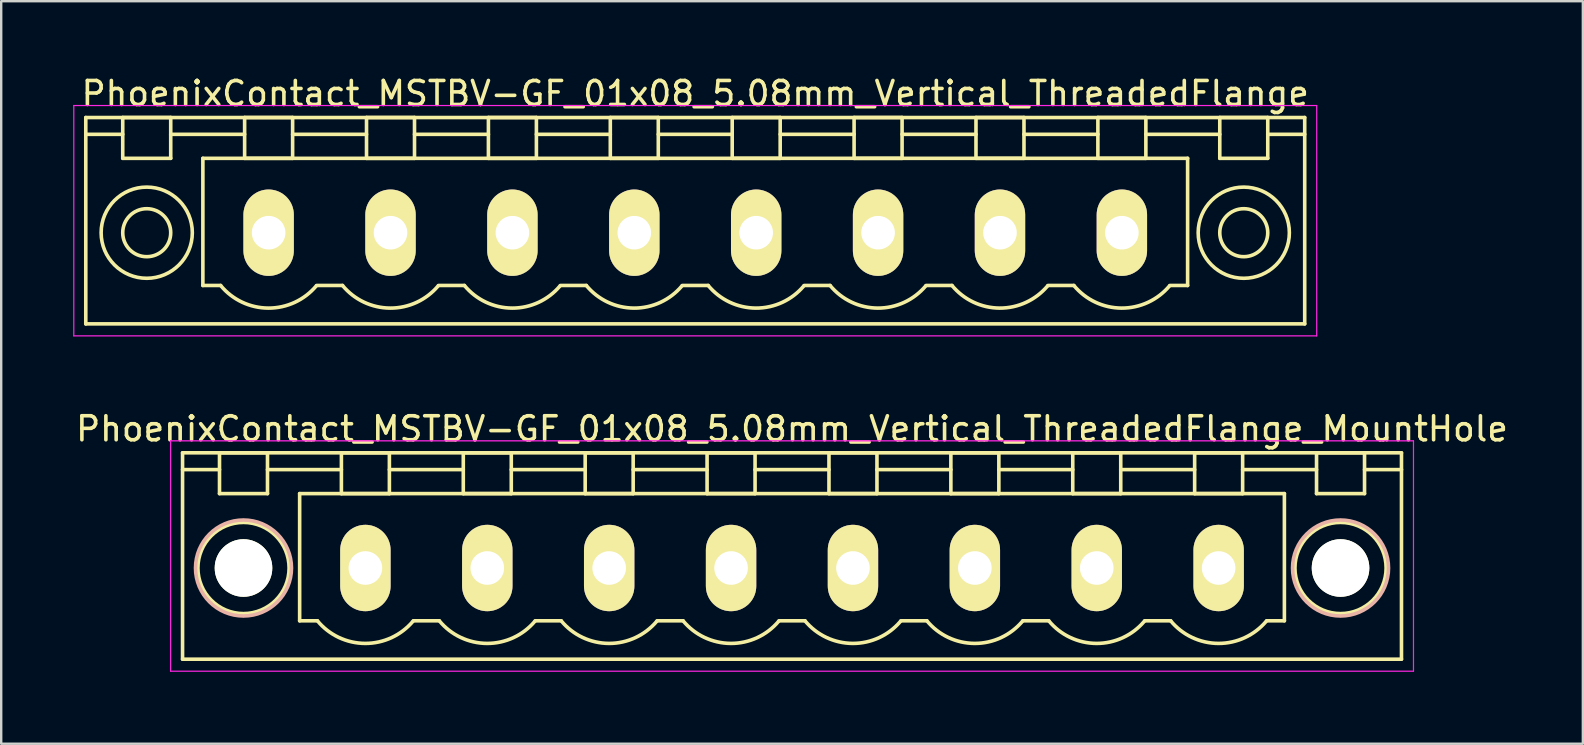
<source format=kicad_pcb>
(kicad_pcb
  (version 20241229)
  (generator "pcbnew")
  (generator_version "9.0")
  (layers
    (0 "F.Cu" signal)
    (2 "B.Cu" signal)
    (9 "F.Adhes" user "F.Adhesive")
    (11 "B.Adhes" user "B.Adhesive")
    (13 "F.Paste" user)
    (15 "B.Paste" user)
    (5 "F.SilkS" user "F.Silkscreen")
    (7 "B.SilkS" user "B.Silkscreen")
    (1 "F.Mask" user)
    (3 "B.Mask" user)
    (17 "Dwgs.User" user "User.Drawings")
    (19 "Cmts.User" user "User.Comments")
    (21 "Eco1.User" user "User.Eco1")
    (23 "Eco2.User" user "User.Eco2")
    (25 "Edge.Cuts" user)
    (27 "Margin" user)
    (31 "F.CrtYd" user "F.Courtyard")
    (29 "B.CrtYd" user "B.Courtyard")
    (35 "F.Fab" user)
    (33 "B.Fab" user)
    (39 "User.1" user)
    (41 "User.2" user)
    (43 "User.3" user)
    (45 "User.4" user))
  (footprint "PhoenixContact_MSTBV-GF_01x08_5.08mm_Vertical_ThreadedFlange"
    (layer "F.Cu")
    (at 8.145 6.648)
    (property "Reference" "PhoenixContact_MSTBV-GF_01x08_5.08mm_Vertical_ThreadedFlange" (at 17.78 -5.8 0) (layer "F.SilkS") (effects (font (size 1 1) (thickness 0.15))))
    (attr through_hole)
    (fp_line (start -7.62 -4.8) (end -7.62 3.8) (stroke (width 0.15) (type solid)) (layer "F.SilkS"))
    (fp_line (start -7.62 -4.1) (end -6.08 -4.1) (stroke (width 0.15) (type solid)) (layer "F.SilkS"))
    (fp_line (start -7.62 3.8) (end 43.18 3.8) (stroke (width 0.15) (type solid)) (layer "F.SilkS"))
    (fp_line (start -6.08 -4.8) (end -4.08 -4.8) (stroke (width 0.15) (type solid)) (layer "F.SilkS"))
    (fp_line (start -6.08 -3.1) (end -6.08 -4.8) (stroke (width 0.15) (type solid)) (layer "F.SilkS"))
    (fp_line (start -4.08 -4.8) (end -4.08 -3.1) (stroke (width 0.15) (type solid)) (layer "F.SilkS"))
    (fp_line (start -4.08 -4.1) (end -1 -4.1) (stroke (width 0.15) (type solid)) (layer "F.SilkS"))
    (fp_line (start -4.08 -3.1) (end -6.08 -3.1) (stroke (width 0.15) (type solid)) (layer "F.SilkS"))
    (fp_line (start -2.74 -3.1) (end 38.3 -3.1) (stroke (width 0.15) (type solid)) (layer "F.SilkS"))
    (fp_line (start -2.74 2.2) (end -2.74 -3.1) (stroke (width 0.15) (type solid)) (layer "F.SilkS"))
    (fp_line (start -2 2.2) (end -2.74 2.2) (stroke (width 0.15) (type solid)) (layer "F.SilkS"))
    (fp_line (start -1 -4.8) (end 1 -4.8) (stroke (width 0.15) (type solid)) (layer "F.SilkS"))
    (fp_line (start -1 -3.1) (end -1 -4.8) (stroke (width 0.15) (type solid)) (layer "F.SilkS"))
    (fp_line (start 1 -4.8) (end 1 -3.1) (stroke (width 0.15) (type solid)) (layer "F.SilkS"))
    (fp_line (start 1 -4.1) (end 4.08 -4.1) (stroke (width 0.15) (type solid)) (layer "F.SilkS"))
    (fp_line (start 1 -3.1) (end -1 -3.1) (stroke (width 0.15) (type solid)) (layer "F.SilkS"))
    (fp_line (start 2 2.2) (end 3.08 2.2) (stroke (width 0.15) (type solid)) (layer "F.SilkS"))
    (fp_line (start 4.08 -4.8) (end 6.08 -4.8) (stroke (width 0.15) (type solid)) (layer "F.SilkS"))
    (fp_line (start 4.08 -3.1) (end 4.08 -4.8) (stroke (width 0.15) (type solid)) (layer "F.SilkS"))
    (fp_line (start 6.08 -4.8) (end 6.08 -3.1) (stroke (width 0.15) (type solid)) (layer "F.SilkS"))
    (fp_line (start 6.08 -4.1) (end 9.16 -4.1) (stroke (width 0.15) (type solid)) (layer "F.SilkS"))
    (fp_line (start 6.08 -3.1) (end 4.08 -3.1) (stroke (width 0.15) (type solid)) (layer "F.SilkS"))
    (fp_line (start 7.08 2.2) (end 8.16 2.2) (stroke (width 0.15) (type solid)) (layer "F.SilkS"))
    (fp_line (start 9.16 -4.8) (end 11.16 -4.8) (stroke (width 0.15) (type solid)) (layer "F.SilkS"))
    (fp_line (start 9.16 -3.1) (end 9.16 -4.8) (stroke (width 0.15) (type solid)) (layer "F.SilkS"))
    (fp_line (start 11.16 -4.8) (end 11.16 -3.1) (stroke (width 0.15) (type solid)) (layer "F.SilkS"))
    (fp_line (start 11.16 -4.1) (end 14.24 -4.1) (stroke (width 0.15) (type solid)) (layer "F.SilkS"))
    (fp_line (start 11.16 -3.1) (end 9.16 -3.1) (stroke (width 0.15) (type solid)) (layer "F.SilkS"))
    (fp_line (start 12.16 2.2) (end 13.24 2.2) (stroke (width 0.15) (type solid)) (layer "F.SilkS"))
    (fp_line (start 14.24 -4.8) (end 16.24 -4.8) (stroke (width 0.15) (type solid)) (layer "F.SilkS"))
    (fp_line (start 14.24 -3.1) (end 14.24 -4.8) (stroke (width 0.15) (type solid)) (layer "F.SilkS"))
    (fp_line (start 16.24 -4.8) (end 16.24 -3.1) (stroke (width 0.15) (type solid)) (layer "F.SilkS"))
    (fp_line (start 16.24 -4.1) (end 19.32 -4.1) (stroke (width 0.15) (type solid)) (layer "F.SilkS"))
    (fp_line (start 16.24 -3.1) (end 14.24 -3.1) (stroke (width 0.15) (type solid)) (layer "F.SilkS"))
    (fp_line (start 17.24 2.2) (end 18.32 2.2) (stroke (width 0.15) (type solid)) (layer "F.SilkS"))
    (fp_line (start 19.32 -4.8) (end 21.32 -4.8) (stroke (width 0.15) (type solid)) (layer "F.SilkS"))
    (fp_line (start 19.32 -3.1) (end 19.32 -4.8) (stroke (width 0.15) (type solid)) (layer "F.SilkS"))
    (fp_line (start 21.32 -4.8) (end 21.32 -3.1) (stroke (width 0.15) (type solid)) (layer "F.SilkS"))
    (fp_line (start 21.32 -4.1) (end 24.4 -4.1) (stroke (width 0.15) (type solid)) (layer "F.SilkS"))
    (fp_line (start 21.32 -3.1) (end 19.32 -3.1) (stroke (width 0.15) (type solid)) (layer "F.SilkS"))
    (fp_line (start 22.32 2.2) (end 23.4 2.2) (stroke (width 0.15) (type solid)) (layer "F.SilkS"))
    (fp_line (start 24.4 -4.8) (end 26.4 -4.8) (stroke (width 0.15) (type solid)) (layer "F.SilkS"))
    (fp_line (start 24.4 -3.1) (end 24.4 -4.8) (stroke (width 0.15) (type solid)) (layer "F.SilkS"))
    (fp_line (start 26.4 -4.8) (end 26.4 -3.1) (stroke (width 0.15) (type solid)) (layer "F.SilkS"))
    (fp_line (start 26.4 -4.1) (end 29.48 -4.1) (stroke (width 0.15) (type solid)) (layer "F.SilkS"))
    (fp_line (start 26.4 -3.1) (end 24.4 -3.1) (stroke (width 0.15) (type solid)) (layer "F.SilkS"))
    (fp_line (start 27.4 2.2) (end 28.48 2.2) (stroke (width 0.15) (type solid)) (layer "F.SilkS"))
    (fp_line (start 29.48 -4.8) (end 31.48 -4.8) (stroke (width 0.15) (type solid)) (layer "F.SilkS"))
    (fp_line (start 29.48 -3.1) (end 29.48 -4.8) (stroke (width 0.15) (type solid)) (layer "F.SilkS"))
    (fp_line (start 31.48 -4.8) (end 31.48 -3.1) (stroke (width 0.15) (type solid)) (layer "F.SilkS"))
    (fp_line (start 31.48 -4.1) (end 34.56 -4.1) (stroke (width 0.15) (type solid)) (layer "F.SilkS"))
    (fp_line (start 31.48 -3.1) (end 29.48 -3.1) (stroke (width 0.15) (type solid)) (layer "F.SilkS"))
    (fp_line (start 32.48 2.2) (end 33.56 2.2) (stroke (width 0.15) (type solid)) (layer "F.SilkS"))
    (fp_line (start 34.56 -4.8) (end 36.56 -4.8) (stroke (width 0.15) (type solid)) (layer "F.SilkS"))
    (fp_line (start 34.56 -3.1) (end 34.56 -4.8) (stroke (width 0.15) (type solid)) (layer "F.SilkS"))
    (fp_line (start 36.56 -4.8) (end 36.56 -3.1) (stroke (width 0.15) (type solid)) (layer "F.SilkS"))
    (fp_line (start 36.56 -4.1) (end 39.64 -4.1) (stroke (width 0.15) (type solid)) (layer "F.SilkS"))
    (fp_line (start 36.56 -3.1) (end 34.56 -3.1) (stroke (width 0.15) (type solid)) (layer "F.SilkS"))
    (fp_line (start 38.3 -3.1) (end 38.3 2.2) (stroke (width 0.15) (type solid)) (layer "F.SilkS"))
    (fp_line (start 38.3 2.2) (end 37.56 2.2) (stroke (width 0.15) (type solid)) (layer "F.SilkS"))
    (fp_line (start 39.64 -4.8) (end 41.64 -4.8) (stroke (width 0.15) (type solid)) (layer "F.SilkS"))
    (fp_line (start 39.64 -3.1) (end 39.64 -4.8) (stroke (width 0.15) (type solid)) (layer "F.SilkS"))
    (fp_line (start 41.64 -4.8) (end 41.64 -3.1) (stroke (width 0.15) (type solid)) (layer "F.SilkS"))
    (fp_line (start 41.64 -3.1) (end 39.64 -3.1) (stroke (width 0.15) (type solid)) (layer "F.SilkS"))
    (fp_line (start 43.18 -4.8) (end -7.62 -4.8) (stroke (width 0.15) (type solid)) (layer "F.SilkS"))
    (fp_line (start 43.18 -4.1) (end 41.64 -4.1) (stroke (width 0.15) (type solid)) (layer "F.SilkS"))
    (fp_line (start 43.18 3.8) (end 43.18 -4.8) (stroke (width 0.15) (type solid)) (layer "F.SilkS"))
    (fp_arc (start 1.986842 2.215821) (mid -0.010289 3.142758) (end -2 2.2) (stroke (width 0.15) (type solid)) (layer "F.SilkS"))
    (fp_arc (start 7.066842 2.215821) (mid 5.069711 3.142758) (end 3.08 2.2) (stroke (width 0.15) (type solid)) (layer "F.SilkS"))
    (fp_arc (start 12.146842 2.215821) (mid 10.149711 3.142758) (end 8.16 2.2) (stroke (width 0.15) (type solid)) (layer "F.SilkS"))
    (fp_arc (start 17.226842 2.215821) (mid 15.229711 3.142758) (end 13.24 2.2) (stroke (width 0.15) (type solid)) (layer "F.SilkS"))
    (fp_arc (start 22.306842 2.215821) (mid 20.309711 3.142758) (end 18.32 2.2) (stroke (width 0.15) (type solid)) (layer "F.SilkS"))
    (fp_arc (start 27.386842 2.215821) (mid 25.389711 3.142758) (end 23.4 2.2) (stroke (width 0.15) (type solid)) (layer "F.SilkS"))
    (fp_arc (start 32.466842 2.215821) (mid 30.469711 3.142758) (end 28.48 2.2) (stroke (width 0.15) (type solid)) (layer "F.SilkS"))
    (fp_arc (start 37.546842 2.215821) (mid 35.549711 3.142758) (end 33.56 2.2) (stroke (width 0.15) (type solid)) (layer "F.SilkS"))
    (fp_circle (center -5.08 0) (end -4.08 0) (stroke (width 0.15) (type solid)) (fill no) (layer "F.SilkS"))
    (fp_circle (center -5.08 0) (end -3.18 0) (stroke (width 0.15) (type solid)) (fill no) (layer "F.SilkS"))
    (fp_circle (center 40.64 0) (end 41.64 0) (stroke (width 0.15) (type solid)) (fill no) (layer "F.SilkS"))
    (fp_circle (center 40.64 0) (end 42.54 0) (stroke (width 0.15) (type solid)) (fill no) (layer "F.SilkS"))
    (fp_line (start -8.12 -5.3) (end -8.12 4.3) (stroke (width 0.05) (type solid)) (layer "F.CrtYd"))
    (fp_line (start -8.12 4.3) (end 43.68 4.3) (stroke (width 0.05) (type solid)) (layer "F.CrtYd"))
    (fp_line (start 43.68 -5.3) (end -8.12 -5.3) (stroke (width 0.05) (type solid)) (layer "F.CrtYd"))
    (fp_line (start 43.68 4.3) (end 43.68 -5.3) (stroke (width 0.05) (type solid)) (layer "F.CrtYd"))
    (pad "1" thru_hole oval (at 0 0) (size 2.1 3.6) (drill 1.4) (layers "*.Cu" "*.Mask" "F.SilkS"))
    (pad "2" thru_hole oval (at 5.08 0) (size 2.1 3.6) (drill 1.4) (layers "*.Cu" "*.Mask" "F.SilkS"))
    (pad "3" thru_hole oval (at 10.16 0) (size 2.1 3.6) (drill 1.4) (layers "*.Cu" "*.Mask" "F.SilkS"))
    (pad "4" thru_hole oval (at 15.24 0) (size 2.1 3.6) (drill 1.4) (layers "*.Cu" "*.Mask" "F.SilkS"))
    (pad "5" thru_hole oval (at 20.32 0) (size 2.1 3.6) (drill 1.4) (layers "*.Cu" "*.Mask" "F.SilkS"))
    (pad "6" thru_hole oval (at 25.4 0) (size 2.1 3.6) (drill 1.4) (layers "*.Cu" "*.Mask" "F.SilkS"))
    (pad "7" thru_hole oval (at 30.48 0) (size 2.1 3.6) (drill 1.4) (layers "*.Cu" "*.Mask" "F.SilkS"))
    (pad "8" thru_hole oval (at 35.56 0) (size 2.1 3.6) (drill 1.4) (layers "*.Cu" "*.Mask" "F.SilkS")))
  (footprint "PhoenixContact_MSTBV-GF_01x08_5.08mm_Vertical_ThreadedFlange_MountHole"
    (layer "F.Cu")
    (at 12.178 20.622)
    (property "Reference" "PhoenixContact_MSTBV-GF_01x08_5.08mm_Vertical_ThreadedFlange_MountHole" (at 17.78 -5.8 0) (layer "F.SilkS") (effects (font (size 1 1) (thickness 0.15))))
    (attr through_hole)
    (fp_line (start -7.62 -4.8) (end -7.62 3.8) (stroke (width 0.15) (type solid)) (layer "F.SilkS"))
    (fp_line (start -7.62 -4.1) (end -6.08 -4.1) (stroke (width 0.15) (type solid)) (layer "F.SilkS"))
    (fp_line (start -7.62 3.8) (end 43.18 3.8) (stroke (width 0.15) (type solid)) (layer "F.SilkS"))
    (fp_line (start -6.08 -4.8) (end -4.08 -4.8) (stroke (width 0.15) (type solid)) (layer "F.SilkS"))
    (fp_line (start -6.08 -3.1) (end -6.08 -4.8) (stroke (width 0.15) (type solid)) (layer "F.SilkS"))
    (fp_line (start -4.08 -4.8) (end -4.08 -3.1) (stroke (width 0.15) (type solid)) (layer "F.SilkS"))
    (fp_line (start -4.08 -4.1) (end -1 -4.1) (stroke (width 0.15) (type solid)) (layer "F.SilkS"))
    (fp_line (start -4.08 -3.1) (end -6.08 -3.1) (stroke (width 0.15) (type solid)) (layer "F.SilkS"))
    (fp_line (start -2.74 -3.1) (end 38.3 -3.1) (stroke (width 0.15) (type solid)) (layer "F.SilkS"))
    (fp_line (start -2.74 2.2) (end -2.74 -3.1) (stroke (width 0.15) (type solid)) (layer "F.SilkS"))
    (fp_line (start -2 2.2) (end -2.74 2.2) (stroke (width 0.15) (type solid)) (layer "F.SilkS"))
    (fp_line (start -1 -4.8) (end 1 -4.8) (stroke (width 0.15) (type solid)) (layer "F.SilkS"))
    (fp_line (start -1 -3.1) (end -1 -4.8) (stroke (width 0.15) (type solid)) (layer "F.SilkS"))
    (fp_line (start 1 -4.8) (end 1 -3.1) (stroke (width 0.15) (type solid)) (layer "F.SilkS"))
    (fp_line (start 1 -4.1) (end 4.08 -4.1) (stroke (width 0.15) (type solid)) (layer "F.SilkS"))
    (fp_line (start 1 -3.1) (end -1 -3.1) (stroke (width 0.15) (type solid)) (layer "F.SilkS"))
    (fp_line (start 2 2.2) (end 3.08 2.2) (stroke (width 0.15) (type solid)) (layer "F.SilkS"))
    (fp_line (start 4.08 -4.8) (end 6.08 -4.8) (stroke (width 0.15) (type solid)) (layer "F.SilkS"))
    (fp_line (start 4.08 -3.1) (end 4.08 -4.8) (stroke (width 0.15) (type solid)) (layer "F.SilkS"))
    (fp_line (start 6.08 -4.8) (end 6.08 -3.1) (stroke (width 0.15) (type solid)) (layer "F.SilkS"))
    (fp_line (start 6.08 -4.1) (end 9.16 -4.1) (stroke (width 0.15) (type solid)) (layer "F.SilkS"))
    (fp_line (start 6.08 -3.1) (end 4.08 -3.1) (stroke (width 0.15) (type solid)) (layer "F.SilkS"))
    (fp_line (start 7.08 2.2) (end 8.16 2.2) (stroke (width 0.15) (type solid)) (layer "F.SilkS"))
    (fp_line (start 9.16 -4.8) (end 11.16 -4.8) (stroke (width 0.15) (type solid)) (layer "F.SilkS"))
    (fp_line (start 9.16 -3.1) (end 9.16 -4.8) (stroke (width 0.15) (type solid)) (layer "F.SilkS"))
    (fp_line (start 11.16 -4.8) (end 11.16 -3.1) (stroke (width 0.15) (type solid)) (layer "F.SilkS"))
    (fp_line (start 11.16 -4.1) (end 14.24 -4.1) (stroke (width 0.15) (type solid)) (layer "F.SilkS"))
    (fp_line (start 11.16 -3.1) (end 9.16 -3.1) (stroke (width 0.15) (type solid)) (layer "F.SilkS"))
    (fp_line (start 12.16 2.2) (end 13.24 2.2) (stroke (width 0.15) (type solid)) (layer "F.SilkS"))
    (fp_line (start 14.24 -4.8) (end 16.24 -4.8) (stroke (width 0.15) (type solid)) (layer "F.SilkS"))
    (fp_line (start 14.24 -3.1) (end 14.24 -4.8) (stroke (width 0.15) (type solid)) (layer "F.SilkS"))
    (fp_line (start 16.24 -4.8) (end 16.24 -3.1) (stroke (width 0.15) (type solid)) (layer "F.SilkS"))
    (fp_line (start 16.24 -4.1) (end 19.32 -4.1) (stroke (width 0.15) (type solid)) (layer "F.SilkS"))
    (fp_line (start 16.24 -3.1) (end 14.24 -3.1) (stroke (width 0.15) (type solid)) (layer "F.SilkS"))
    (fp_line (start 17.24 2.2) (end 18.32 2.2) (stroke (width 0.15) (type solid)) (layer "F.SilkS"))
    (fp_line (start 19.32 -4.8) (end 21.32 -4.8) (stroke (width 0.15) (type solid)) (layer "F.SilkS"))
    (fp_line (start 19.32 -3.1) (end 19.32 -4.8) (stroke (width 0.15) (type solid)) (layer "F.SilkS"))
    (fp_line (start 21.32 -4.8) (end 21.32 -3.1) (stroke (width 0.15) (type solid)) (layer "F.SilkS"))
    (fp_line (start 21.32 -4.1) (end 24.4 -4.1) (stroke (width 0.15) (type solid)) (layer "F.SilkS"))
    (fp_line (start 21.32 -3.1) (end 19.32 -3.1) (stroke (width 0.15) (type solid)) (layer "F.SilkS"))
    (fp_line (start 22.32 2.2) (end 23.4 2.2) (stroke (width 0.15) (type solid)) (layer "F.SilkS"))
    (fp_line (start 24.4 -4.8) (end 26.4 -4.8) (stroke (width 0.15) (type solid)) (layer "F.SilkS"))
    (fp_line (start 24.4 -3.1) (end 24.4 -4.8) (stroke (width 0.15) (type solid)) (layer "F.SilkS"))
    (fp_line (start 26.4 -4.8) (end 26.4 -3.1) (stroke (width 0.15) (type solid)) (layer "F.SilkS"))
    (fp_line (start 26.4 -4.1) (end 29.48 -4.1) (stroke (width 0.15) (type solid)) (layer "F.SilkS"))
    (fp_line (start 26.4 -3.1) (end 24.4 -3.1) (stroke (width 0.15) (type solid)) (layer "F.SilkS"))
    (fp_line (start 27.4 2.2) (end 28.48 2.2) (stroke (width 0.15) (type solid)) (layer "F.SilkS"))
    (fp_line (start 29.48 -4.8) (end 31.48 -4.8) (stroke (width 0.15) (type solid)) (layer "F.SilkS"))
    (fp_line (start 29.48 -3.1) (end 29.48 -4.8) (stroke (width 0.15) (type solid)) (layer "F.SilkS"))
    (fp_line (start 31.48 -4.8) (end 31.48 -3.1) (stroke (width 0.15) (type solid)) (layer "F.SilkS"))
    (fp_line (start 31.48 -4.1) (end 34.56 -4.1) (stroke (width 0.15) (type solid)) (layer "F.SilkS"))
    (fp_line (start 31.48 -3.1) (end 29.48 -3.1) (stroke (width 0.15) (type solid)) (layer "F.SilkS"))
    (fp_line (start 32.48 2.2) (end 33.56 2.2) (stroke (width 0.15) (type solid)) (layer "F.SilkS"))
    (fp_line (start 34.56 -4.8) (end 36.56 -4.8) (stroke (width 0.15) (type solid)) (layer "F.SilkS"))
    (fp_line (start 34.56 -3.1) (end 34.56 -4.8) (stroke (width 0.15) (type solid)) (layer "F.SilkS"))
    (fp_line (start 36.56 -4.8) (end 36.56 -3.1) (stroke (width 0.15) (type solid)) (layer "F.SilkS"))
    (fp_line (start 36.56 -4.1) (end 39.64 -4.1) (stroke (width 0.15) (type solid)) (layer "F.SilkS"))
    (fp_line (start 36.56 -3.1) (end 34.56 -3.1) (stroke (width 0.15) (type solid)) (layer "F.SilkS"))
    (fp_line (start 38.3 -3.1) (end 38.3 2.2) (stroke (width 0.15) (type solid)) (layer "F.SilkS"))
    (fp_line (start 38.3 2.2) (end 37.56 2.2) (stroke (width 0.15) (type solid)) (layer "F.SilkS"))
    (fp_line (start 39.64 -4.8) (end 41.64 -4.8) (stroke (width 0.15) (type solid)) (layer "F.SilkS"))
    (fp_line (start 39.64 -3.1) (end 39.64 -4.8) (stroke (width 0.15) (type solid)) (layer "F.SilkS"))
    (fp_line (start 41.64 -4.8) (end 41.64 -3.1) (stroke (width 0.15) (type solid)) (layer "F.SilkS"))
    (fp_line (start 41.64 -3.1) (end 39.64 -3.1) (stroke (width 0.15) (type solid)) (layer "F.SilkS"))
    (fp_line (start 43.18 -4.8) (end -7.62 -4.8) (stroke (width 0.15) (type solid)) (layer "F.SilkS"))
    (fp_line (start 43.18 -4.1) (end 41.64 -4.1) (stroke (width 0.15) (type solid)) (layer "F.SilkS"))
    (fp_line (start 43.18 3.8) (end 43.18 -4.8) (stroke (width 0.15) (type solid)) (layer "F.SilkS"))
    (fp_arc (start 1.986842 2.215821) (mid -0.010289 3.142758) (end -2 2.2) (stroke (width 0.15) (type solid)) (layer "F.SilkS"))
    (fp_arc (start 7.066842 2.215821) (mid 5.069711 3.142758) (end 3.08 2.2) (stroke (width 0.15) (type solid)) (layer "F.SilkS"))
    (fp_arc (start 12.146842 2.215821) (mid 10.149711 3.142758) (end 8.16 2.2) (stroke (width 0.15) (type solid)) (layer "F.SilkS"))
    (fp_arc (start 17.226842 2.215821) (mid 15.229711 3.142758) (end 13.24 2.2) (stroke (width 0.15) (type solid)) (layer "F.SilkS"))
    (fp_arc (start 22.306842 2.215821) (mid 20.309711 3.142758) (end 18.32 2.2) (stroke (width 0.15) (type solid)) (layer "F.SilkS"))
    (fp_arc (start 27.386842 2.215821) (mid 25.389711 3.142758) (end 23.4 2.2) (stroke (width 0.15) (type solid)) (layer "F.SilkS"))
    (fp_arc (start 32.466842 2.215821) (mid 30.469711 3.142758) (end 28.48 2.2) (stroke (width 0.15) (type solid)) (layer "F.SilkS"))
    (fp_arc (start 37.546842 2.215821) (mid 35.549711 3.142758) (end 33.56 2.2) (stroke (width 0.15) (type solid)) (layer "F.SilkS"))
    (fp_circle (center -5.08 0) (end -4.08 0) (stroke (width 0.15) (type solid)) (fill no) (layer "F.SilkS"))
    (fp_circle (center -5.08 0) (end -3.18 0) (stroke (width 0.15) (type solid)) (fill no) (layer "F.SilkS"))
    (fp_circle (center 40.64 0) (end 41.64 0) (stroke (width 0.15) (type solid)) (fill no) (layer "F.SilkS"))
    (fp_circle (center 40.64 0) (end 42.54 0) (stroke (width 0.15) (type solid)) (fill no) (layer "F.SilkS"))
    (fp_circle (center -5.08 0) (end -3.08 0) (stroke (width 0.15) (type solid)) (fill no) (layer "B.SilkS"))
    (fp_circle (center 40.64 0) (end 42.64 0) (stroke (width 0.15) (type solid)) (fill no) (layer "B.SilkS"))
    (fp_line (start -8.12 -5.3) (end -8.12 4.3) (stroke (width 0.05) (type solid)) (layer "F.CrtYd"))
    (fp_line (start -8.12 4.3) (end 43.68 4.3) (stroke (width 0.05) (type solid)) (layer "F.CrtYd"))
    (fp_line (start 43.68 -5.3) (end -8.12 -5.3) (stroke (width 0.05) (type solid)) (layer "F.CrtYd"))
    (fp_line (start 43.68 4.3) (end 43.68 -5.3) (stroke (width 0.05) (type solid)) (layer "F.CrtYd"))
    (pad "" np_thru_hole circle (at -5.08 0) (size 2.4 2.4) (drill 2.4) (layers "*.Cu" "*.Mask" "F.SilkS"))
    (pad "" np_thru_hole circle (at 40.64 0) (size 2.4 2.4) (drill 2.4) (layers "*.Cu" "*.Mask" "F.SilkS"))
    (pad "1" thru_hole oval (at 0 0) (size 2.1 3.6) (drill 1.4) (layers "*.Cu" "*.Mask" "F.SilkS"))
    (pad "2" thru_hole oval (at 5.08 0) (size 2.1 3.6) (drill 1.4) (layers "*.Cu" "*.Mask" "F.SilkS"))
    (pad "3" thru_hole oval (at 10.16 0) (size 2.1 3.6) (drill 1.4) (layers "*.Cu" "*.Mask" "F.SilkS"))
    (pad "4" thru_hole oval (at 15.24 0) (size 2.1 3.6) (drill 1.4) (layers "*.Cu" "*.Mask" "F.SilkS"))
    (pad "5" thru_hole oval (at 20.32 0) (size 2.1 3.6) (drill 1.4) (layers "*.Cu" "*.Mask" "F.SilkS"))
    (pad "6" thru_hole oval (at 25.4 0) (size 2.1 3.6) (drill 1.4) (layers "*.Cu" "*.Mask" "F.SilkS"))
    (pad "7" thru_hole oval (at 30.48 0) (size 2.1 3.6) (drill 1.4) (layers "*.Cu" "*.Mask" "F.SilkS"))
    (pad "8" thru_hole oval (at 35.56 0) (size 2.1 3.6) (drill 1.4) (layers "*.Cu" "*.Mask" "F.SilkS")))
  (gr_rect
    (start -3 -3)
    (end 62.917 27.947)
    (stroke (width 0.1) (type default))
    (fill no)
    (layer "Edge.Cuts")))
</source>
